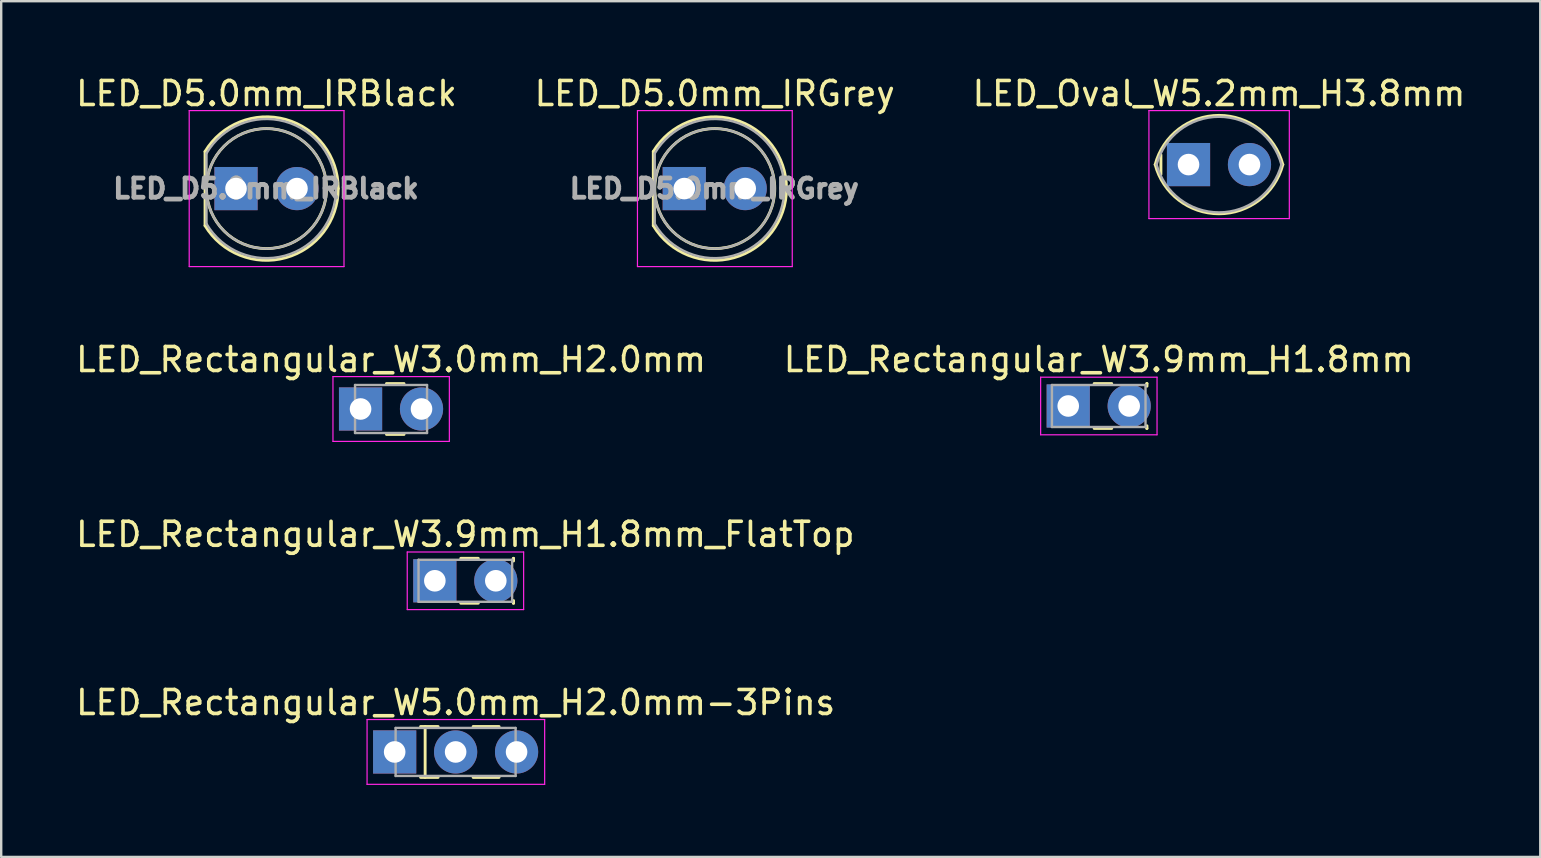
<source format=kicad_pcb>
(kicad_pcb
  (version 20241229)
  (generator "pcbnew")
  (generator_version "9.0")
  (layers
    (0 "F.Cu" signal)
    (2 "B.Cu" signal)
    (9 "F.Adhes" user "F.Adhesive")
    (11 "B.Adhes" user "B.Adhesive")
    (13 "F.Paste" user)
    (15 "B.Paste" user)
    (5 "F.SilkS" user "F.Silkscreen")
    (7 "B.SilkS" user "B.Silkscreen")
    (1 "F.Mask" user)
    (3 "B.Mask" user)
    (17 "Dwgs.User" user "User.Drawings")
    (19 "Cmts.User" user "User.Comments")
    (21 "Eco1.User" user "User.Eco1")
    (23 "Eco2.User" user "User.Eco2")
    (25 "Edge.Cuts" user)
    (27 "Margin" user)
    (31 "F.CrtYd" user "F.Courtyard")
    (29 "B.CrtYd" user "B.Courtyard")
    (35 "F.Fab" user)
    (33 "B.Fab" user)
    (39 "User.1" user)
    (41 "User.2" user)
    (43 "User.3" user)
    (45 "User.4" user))
  (footprint "LED_D5.0mm_IRGrey"
    (layer "F.Cu")
    (at 25.462 4.808)
    (property "Reference" "LED_D5.0mm_IRGrey" (at 1.27 -3.96 0) (layer "F.SilkS") (effects (font (size 1 1) (thickness 0.15))))
    (attr through_hole)
    (fp_line (start -1.29 -1.545) (end -1.29 1.545) (stroke (width 0.12) (type solid)) (layer "F.SilkS"))
    (fp_arc (start -1.29 -1.54483) (mid 2.072002 -2.880433) (end 4.26 0.000462) (stroke (width 0.12) (type solid)) (layer "F.SilkS"))
    (fp_arc (start 4.26 -0.000462) (mid 2.072002 2.880433) (end -1.29 1.54483) (stroke (width 0.12) (type solid)) (layer "F.SilkS"))
    (fp_circle (center 1.27 0) (end 3.77 0) (stroke (width 0.12) (type solid)) (fill no) (layer "F.SilkS"))
    (fp_line (start -1.95 -3.25) (end -1.95 3.25) (stroke (width 0.05) (type solid)) (layer "F.CrtYd"))
    (fp_line (start -1.95 3.25) (end 4.5 3.25) (stroke (width 0.05) (type solid)) (layer "F.CrtYd"))
    (fp_line (start 4.5 -3.25) (end -1.95 -3.25) (stroke (width 0.05) (type solid)) (layer "F.CrtYd"))
    (fp_line (start 4.5 3.25) (end 4.5 -3.25) (stroke (width 0.05) (type solid)) (layer "F.CrtYd"))
    (fp_line (start -1.23 -1.47) (end -1.23 1.47) (stroke (width 0.1) (type solid)) (layer "F.Fab"))
    (fp_arc (start -1.23 -1.469694) (mid 4.17 0.000016) (end -1.230016 1.469666) (stroke (width 0.1) (type solid)) (layer "F.Fab"))
    (fp_circle (center 1.27 0) (end 3.77 0) (stroke (width 0.1) (type solid)) (fill no) (layer "F.Fab"))
    (fp_text user "${REFERENCE}" (at 1.25 0 0) (layer "F.Fab") (effects (font (size 0.8 0.8) (thickness 0.2))))
    (pad "1" thru_hole rect (at 0 0) (size 1.8 1.8) (drill 0.9) (layers "*.Cu" "*.Mask"))
    (pad "2" thru_hole circle (at 2.54 0) (size 1.8 1.8) (drill 0.9) (layers "*.Cu" "*.Mask")))
  (footprint "LED_Rectangular_W3.0mm_H2.0mm"
    (layer "F.Cu")
    (at 11.974 13.992)
    (property "Reference" "LED_Rectangular_W3.0mm_H2.0mm" (at 1.27 -2.06 0) (layer "F.SilkS") (effects (font (size 1 1) (thickness 0.15))))
    (attr through_hole)
    (fp_line (start 1.08 -1.06) (end 1.811 -1.06) (stroke (width 0.12) (type solid)) (layer "F.SilkS"))
    (fp_line (start 1.08 1.06) (end 1.811 1.06) (stroke (width 0.12) (type solid)) (layer "F.SilkS"))
    (fp_line (start -1.15 -1.35) (end -1.15 1.35) (stroke (width 0.05) (type solid)) (layer "F.CrtYd"))
    (fp_line (start -1.15 1.35) (end 3.7 1.35) (stroke (width 0.05) (type solid)) (layer "F.CrtYd"))
    (fp_line (start 3.7 -1.35) (end -1.15 -1.35) (stroke (width 0.05) (type solid)) (layer "F.CrtYd"))
    (fp_line (start 3.7 1.35) (end 3.7 -1.35) (stroke (width 0.05) (type solid)) (layer "F.CrtYd"))
    (fp_line (start -0.23 -1) (end -0.23 1) (stroke (width 0.1) (type solid)) (layer "F.Fab"))
    (fp_line (start -0.23 1) (end 2.77 1) (stroke (width 0.1) (type solid)) (layer "F.Fab"))
    (fp_line (start 2.77 -1) (end -0.23 -1) (stroke (width 0.1) (type solid)) (layer "F.Fab"))
    (fp_line (start 2.77 1) (end 2.77 -1) (stroke (width 0.1) (type solid)) (layer "F.Fab"))
    (pad "1" thru_hole rect (at 0 0) (size 1.8 1.8) (drill 0.9) (layers "*.Cu" "*.Mask"))
    (pad "2" thru_hole circle (at 2.54 0) (size 1.8 1.8) (drill 0.9) (layers "*.Cu" "*.Mask")))
  (footprint "LED_Rectangular_W3.9mm_H1.8mm"
    (layer "F.Cu")
    (at 41.462 13.867)
    (property "Reference" "LED_Rectangular_W3.9mm_H1.8mm" (at 1.27 -1.935 0) (layer "F.SilkS") (effects (font (size 1 1) (thickness 0.15))))
    (attr through_hole)
    (fp_line (start 1.08 -0.935) (end 1.811 -0.935) (stroke (width 0.12) (type solid)) (layer "F.SilkS"))
    (fp_line (start 1.08 0.935) (end 1.811 0.935) (stroke (width 0.12) (type solid)) (layer "F.SilkS"))
    (fp_line (start 3.27 -0.935) (end 3.28 -0.935) (stroke (width 0.12) (type solid)) (layer "F.SilkS"))
    (fp_line (start 3.27 0.935) (end 3.28 0.935) (stroke (width 0.12) (type solid)) (layer "F.SilkS"))
    (fp_line (start 3.28 -0.935) (end 3.28 -0.825) (stroke (width 0.12) (type solid)) (layer "F.SilkS"))
    (fp_line (start 3.28 0.825) (end 3.28 0.935) (stroke (width 0.12) (type solid)) (layer "F.SilkS"))
    (fp_line (start -1.15 -1.2) (end -1.15 1.2) (stroke (width 0.05) (type solid)) (layer "F.CrtYd"))
    (fp_line (start -1.15 1.2) (end 3.7 1.2) (stroke (width 0.05) (type solid)) (layer "F.CrtYd"))
    (fp_line (start 3.7 -1.2) (end -1.15 -1.2) (stroke (width 0.05) (type solid)) (layer "F.CrtYd"))
    (fp_line (start 3.7 1.2) (end 3.7 -1.2) (stroke (width 0.05) (type solid)) (layer "F.CrtYd"))
    (fp_line (start -0.68 -0.875) (end -0.68 0.875) (stroke (width 0.1) (type solid)) (layer "F.Fab"))
    (fp_line (start -0.68 0.875) (end 3.22 0.875) (stroke (width 0.1) (type solid)) (layer "F.Fab"))
    (fp_line (start 3.22 -0.875) (end -0.68 -0.875) (stroke (width 0.1) (type solid)) (layer "F.Fab"))
    (fp_line (start 3.22 0.875) (end 3.22 -0.875) (stroke (width 0.1) (type solid)) (layer "F.Fab"))
    (pad "1" thru_hole rect (at 0 0) (size 1.8 1.8) (drill 0.9) (layers "*.Cu" "*.Mask"))
    (pad "2" thru_hole circle (at 2.54 0) (size 1.8 1.8) (drill 0.9) (layers "*.Cu" "*.Mask")))
  (footprint "LED_Rectangular_W3.9mm_H1.8mm_FlatTop"
    (layer "F.Cu")
    (at 15.069 21.15)
    (property "Reference" "LED_Rectangular_W3.9mm_H1.8mm_FlatTop" (at 1.27 -1.935 0) (layer "F.SilkS") (effects (font (size 1 1) (thickness 0.15))))
    (attr through_hole)
    (fp_line (start 1.08 -0.935) (end 1.811 -0.935) (stroke (width 0.12) (type solid)) (layer "F.SilkS"))
    (fp_line (start 1.08 0.935) (end 1.811 0.935) (stroke (width 0.12) (type solid)) (layer "F.SilkS"))
    (fp_line (start 3.27 -0.935) (end 3.28 -0.935) (stroke (width 0.12) (type solid)) (layer "F.SilkS"))
    (fp_line (start 3.27 0.935) (end 3.28 0.935) (stroke (width 0.12) (type solid)) (layer "F.SilkS"))
    (fp_line (start 3.28 -0.935) (end 3.28 -0.825) (stroke (width 0.12) (type solid)) (layer "F.SilkS"))
    (fp_line (start 3.28 0.825) (end 3.28 0.935) (stroke (width 0.12) (type solid)) (layer "F.SilkS"))
    (fp_line (start -1.15 -1.2) (end -1.15 1.2) (stroke (width 0.05) (type solid)) (layer "F.CrtYd"))
    (fp_line (start -1.15 1.2) (end 3.7 1.2) (stroke (width 0.05) (type solid)) (layer "F.CrtYd"))
    (fp_line (start 3.7 -1.2) (end -1.15 -1.2) (stroke (width 0.05) (type solid)) (layer "F.CrtYd"))
    (fp_line (start 3.7 1.2) (end 3.7 -1.2) (stroke (width 0.05) (type solid)) (layer "F.CrtYd"))
    (fp_line (start -0.68 -0.875) (end -0.68 0.875) (stroke (width 0.1) (type solid)) (layer "F.Fab"))
    (fp_line (start -0.68 0.875) (end 3.22 0.875) (stroke (width 0.1) (type solid)) (layer "F.Fab"))
    (fp_line (start 3.22 -0.875) (end -0.68 -0.875) (stroke (width 0.1) (type solid)) (layer "F.Fab"))
    (fp_line (start 3.22 0.875) (end 3.22 -0.875) (stroke (width 0.1) (type solid)) (layer "F.Fab"))
    (pad "1" thru_hole rect (at 0 0) (size 1.8 1.8) (drill 0.9) (layers "*.Cu" "*.Mask"))
    (pad "2" thru_hole circle (at 2.54 0) (size 1.8 1.8) (drill 0.9) (layers "*.Cu" "*.Mask")))
  (footprint "LED_Oval_W5.2mm_H3.8mm"
    (layer "F.Cu")
    (at 46.474 3.808)
    (property "Reference" "LED_Oval_W5.2mm_H3.8mm" (at 1.27 -2.96 0) (layer "F.SilkS") (effects (font (size 1 1) (thickness 0.15))))
    (attr through_hole)
    (fp_line (start -1.15 -0.405) (end -1.15 0.405) (stroke (width 0.12) (type solid)) (layer "F.SilkS"))
    (fp_arc (start -1.39 0) (mid 1.269691 -2.050564) (end 3.929843 -0.000598) (stroke (width 0.12) (type solid)) (layer "F.SilkS"))
    (fp_arc (start 3.929843 0.000598) (mid 1.269691 2.050564) (end -1.39 0) (stroke (width 0.12) (type solid)) (layer "F.SilkS"))
    (fp_line (start -1.65 -2.25) (end -1.65 2.25) (stroke (width 0.05) (type solid)) (layer "F.CrtYd"))
    (fp_line (start -1.65 2.25) (end 4.2 2.25) (stroke (width 0.05) (type solid)) (layer "F.CrtYd"))
    (fp_line (start 4.2 -2.25) (end -1.65 -2.25) (stroke (width 0.05) (type solid)) (layer "F.CrtYd"))
    (fp_line (start 4.2 2.25) (end 4.2 -2.25) (stroke (width 0.05) (type solid)) (layer "F.CrtYd"))
    (fp_arc (start -1.33 0) (mid 1.270869 -1.992582) (end 3.870451 0.001678) (stroke (width 0.1) (type solid)) (layer "F.Fab"))
    (fp_arc (start 3.870451 -0.001678) (mid 1.270869 1.992582) (end -1.33 0) (stroke (width 0.1) (type solid)) (layer "F.Fab"))
    (pad "1" thru_hole rect (at 0 0) (size 1.8 1.8) (drill 0.9) (layers "*.Cu" "*.Mask"))
    (pad "2" thru_hole circle (at 2.54 0) (size 1.8 1.8) (drill 0.9) (layers "*.Cu" "*.Mask")))
  (footprint "LED_Rectangular_W5.0mm_H2.0mm-3Pins"
    (layer "F.Cu")
    (at 13.395 28.283)
    (property "Reference" "LED_Rectangular_W5.0mm_H2.0mm-3Pins" (at 2.54 -2.06 0) (layer "F.SilkS") (effects (font (size 1 1) (thickness 0.15))))
    (attr through_hole)
    (fp_line (start 1.08 -1.06) (end 1.81 -1.06) (stroke (width 0.12) (type solid)) (layer "F.SilkS"))
    (fp_line (start 1.08 1.06) (end 1.81 1.06) (stroke (width 0.12) (type solid)) (layer "F.SilkS"))
    (fp_line (start 1.27 -1.06) (end 1.27 1.06) (stroke (width 0.12) (type solid)) (layer "F.SilkS"))
    (fp_line (start 3.27 -1.06) (end 4.351 -1.06) (stroke (width 0.12) (type solid)) (layer "F.SilkS"))
    (fp_line (start 3.27 1.06) (end 4.351 1.06) (stroke (width 0.12) (type solid)) (layer "F.SilkS"))
    (fp_line (start -1.15 -1.35) (end -1.15 1.35) (stroke (width 0.05) (type solid)) (layer "F.CrtYd"))
    (fp_line (start -1.15 1.35) (end 6.25 1.35) (stroke (width 0.05) (type solid)) (layer "F.CrtYd"))
    (fp_line (start 6.25 -1.35) (end -1.15 -1.35) (stroke (width 0.05) (type solid)) (layer "F.CrtYd"))
    (fp_line (start 6.25 1.35) (end 6.25 -1.35) (stroke (width 0.05) (type solid)) (layer "F.CrtYd"))
    (fp_line (start 0.04 -1) (end 0.04 1) (stroke (width 0.1) (type solid)) (layer "F.Fab"))
    (fp_line (start 0.04 1) (end 5.04 1) (stroke (width 0.1) (type solid)) (layer "F.Fab"))
    (fp_line (start 5.04 -1) (end 0.04 -1) (stroke (width 0.1) (type solid)) (layer "F.Fab"))
    (fp_line (start 5.04 1) (end 5.04 -1) (stroke (width 0.1) (type solid)) (layer "F.Fab"))
    (pad "1" thru_hole rect (at 0 0) (size 1.8 1.8) (drill 0.9) (layers "*.Cu" "*.Mask"))
    (pad "2" thru_hole circle (at 2.54 0) (size 1.8 1.8) (drill 0.9) (layers "*.Cu" "*.Mask"))
    (pad "3" thru_hole circle (at 5.08 0) (size 1.8 1.8) (drill 0.9) (layers "*.Cu" "*.Mask")))
  (footprint "LED_D5.0mm_IRBlack"
    (layer "F.Cu")
    (at 6.784 4.808)
    (property "Reference" "LED_D5.0mm_IRBlack" (at 1.27 -3.96 0) (layer "F.SilkS") (effects (font (size 1 1) (thickness 0.15))))
    (attr through_hole)
    (fp_line (start -1.29 -1.545) (end -1.29 1.545) (stroke (width 0.12) (type solid)) (layer "F.SilkS"))
    (fp_arc (start -1.29 -1.54483) (mid 2.072002 -2.880433) (end 4.26 0.000462) (stroke (width 0.12) (type solid)) (layer "F.SilkS"))
    (fp_arc (start 4.26 -0.000462) (mid 2.072002 2.880433) (end -1.29 1.54483) (stroke (width 0.12) (type solid)) (layer "F.SilkS"))
    (fp_circle (center 1.27 0) (end 3.77 0) (stroke (width 0.12) (type solid)) (fill no) (layer "F.SilkS"))
    (fp_line (start -1.95 -3.25) (end -1.95 3.25) (stroke (width 0.05) (type solid)) (layer "F.CrtYd"))
    (fp_line (start -1.95 3.25) (end 4.5 3.25) (stroke (width 0.05) (type solid)) (layer "F.CrtYd"))
    (fp_line (start 4.5 -3.25) (end -1.95 -3.25) (stroke (width 0.05) (type solid)) (layer "F.CrtYd"))
    (fp_line (start 4.5 3.25) (end 4.5 -3.25) (stroke (width 0.05) (type solid)) (layer "F.CrtYd"))
    (fp_line (start -1.23 -1.47) (end -1.23 1.47) (stroke (width 0.1) (type solid)) (layer "F.Fab"))
    (fp_arc (start -1.23 -1.469694) (mid 4.17 0.000016) (end -1.230016 1.469666) (stroke (width 0.1) (type solid)) (layer "F.Fab"))
    (fp_circle (center 1.27 0) (end 3.77 0) (stroke (width 0.1) (type solid)) (fill no) (layer "F.Fab"))
    (fp_text user "${REFERENCE}" (at 1.25 0 0) (layer "F.Fab") (effects (font (size 0.8 0.8) (thickness 0.2))))
    (pad "1" thru_hole rect (at 0 0) (size 1.8 1.8) (drill 0.9) (layers "*.Cu" "*.Mask"))
    (pad "2" thru_hole circle (at 2.54 0) (size 1.8 1.8) (drill 0.9) (layers "*.Cu" "*.Mask")))
  (gr_rect
    (start -3 -3)
    (end 61.131 32.658)
    (stroke (width 0.1) (type default))
    (fill no)
    (layer "Edge.Cuts")))
</source>
